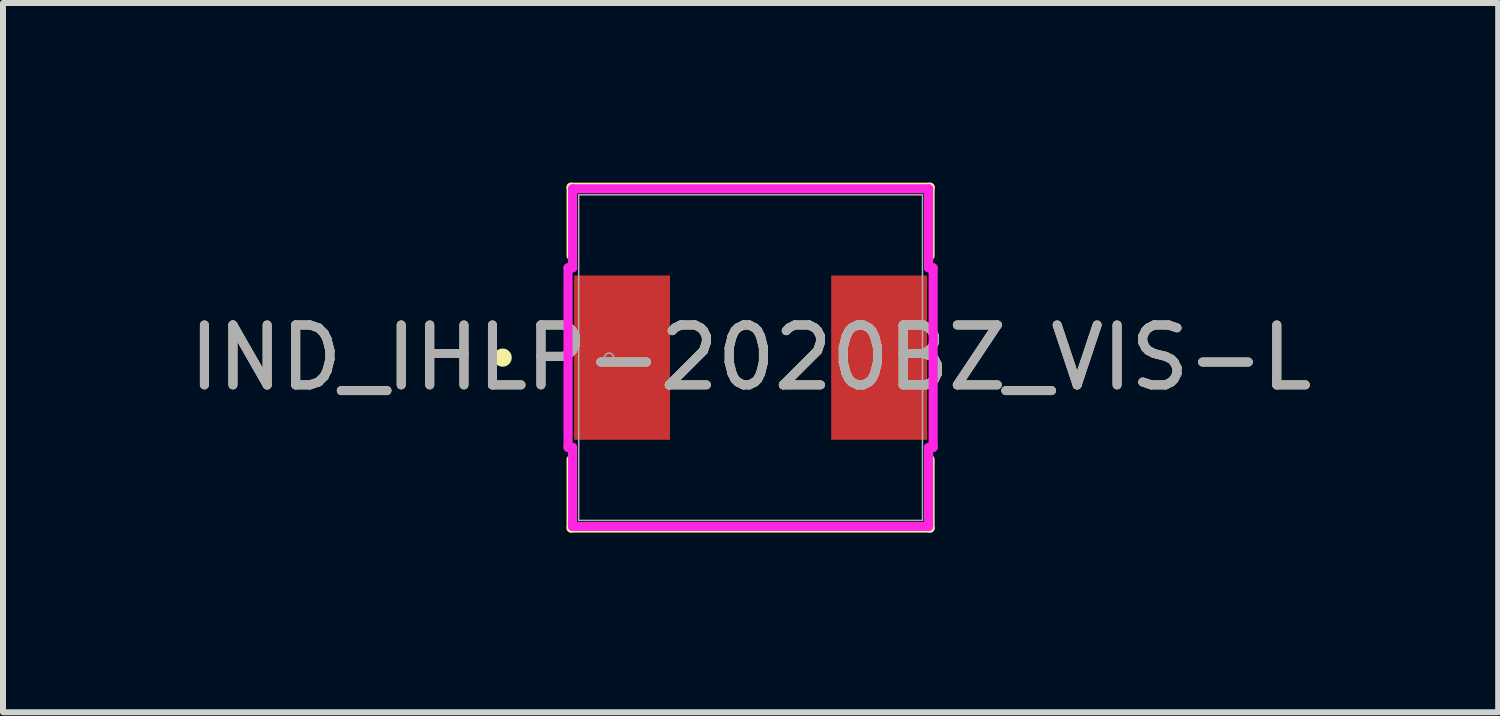
<source format=kicad_pcb>
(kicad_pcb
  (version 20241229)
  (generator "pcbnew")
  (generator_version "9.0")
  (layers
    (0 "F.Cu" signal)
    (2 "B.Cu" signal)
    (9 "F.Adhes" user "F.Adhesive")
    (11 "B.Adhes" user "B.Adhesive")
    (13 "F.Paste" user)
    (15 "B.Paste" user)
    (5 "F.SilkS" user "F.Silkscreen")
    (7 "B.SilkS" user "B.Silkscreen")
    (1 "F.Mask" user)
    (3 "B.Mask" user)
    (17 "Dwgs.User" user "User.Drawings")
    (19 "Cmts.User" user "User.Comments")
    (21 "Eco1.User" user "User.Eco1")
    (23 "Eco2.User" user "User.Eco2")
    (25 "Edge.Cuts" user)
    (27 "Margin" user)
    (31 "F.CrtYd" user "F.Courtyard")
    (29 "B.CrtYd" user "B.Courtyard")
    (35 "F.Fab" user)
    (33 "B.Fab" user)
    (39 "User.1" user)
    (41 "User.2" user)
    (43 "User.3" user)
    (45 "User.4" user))
  (footprint "IND_IHLP-2020BZ_VIS-L"
    (layer "F.Cu")
    (at 9.482 2.921)
    (property "Reference" "IND_IHLP-2020BZ_VIS-L" (at 0 0 0) (unlocked yes) (layer "F.SilkS") (effects (font (size 1 1) (thickness 0.15))))
    (attr smd)
    (fp_line (start -2.997 -2.845) (end -2.997 -1.7) (stroke (width 0.152) (type solid)) (layer "F.SilkS"))
    (fp_line (start -2.997 1.7) (end -2.997 2.845) (stroke (width 0.152) (type solid)) (layer "F.SilkS"))
    (fp_line (start -2.997 2.845) (end 2.997 2.845) (stroke (width 0.152) (type solid)) (layer "F.SilkS"))
    (fp_line (start 2.997 -2.845) (end -2.997 -2.845) (stroke (width 0.152) (type solid)) (layer "F.SilkS"))
    (fp_line (start 2.997 -1.7) (end 2.997 -2.845) (stroke (width 0.152) (type solid)) (layer "F.SilkS"))
    (fp_line (start 2.997 2.845) (end 2.997 1.7) (stroke (width 0.152) (type solid)) (layer "F.SilkS"))
    (fp_circle (center -4.14 0) (end -4.064 0) (stroke (width 0.152) (type solid)) (fill no) (layer "F.SilkS"))
    (fp_line (start -3.048 -1.499) (end -2.972 -1.499) (stroke (width 0.152) (type solid)) (layer "F.CrtYd"))
    (fp_line (start -3.048 1.499) (end -3.048 -1.499) (stroke (width 0.152) (type solid)) (layer "F.CrtYd"))
    (fp_line (start -2.972 -2.819) (end 2.972 -2.819) (stroke (width 0.152) (type solid)) (layer "F.CrtYd"))
    (fp_line (start -2.972 -1.499) (end -2.972 -2.819) (stroke (width 0.152) (type solid)) (layer "F.CrtYd"))
    (fp_line (start -2.972 1.499) (end -3.048 1.499) (stroke (width 0.152) (type solid)) (layer "F.CrtYd"))
    (fp_line (start -2.972 2.819) (end -2.972 1.499) (stroke (width 0.152) (type solid)) (layer "F.CrtYd"))
    (fp_line (start 2.972 -2.819) (end 2.972 -1.499) (stroke (width 0.152) (type solid)) (layer "F.CrtYd"))
    (fp_line (start 2.972 -1.499) (end 3.048 -1.499) (stroke (width 0.152) (type solid)) (layer "F.CrtYd"))
    (fp_line (start 2.972 1.499) (end 2.972 2.819) (stroke (width 0.152) (type solid)) (layer "F.CrtYd"))
    (fp_line (start 2.972 2.819) (end -2.972 2.819) (stroke (width 0.152) (type solid)) (layer "F.CrtYd"))
    (fp_line (start 3.048 -1.499) (end 3.048 1.499) (stroke (width 0.152) (type solid)) (layer "F.CrtYd"))
    (fp_line (start 3.048 1.499) (end 2.972 1.499) (stroke (width 0.152) (type solid)) (layer "F.CrtYd"))
    (fp_line (start -2.87 -2.718) (end -2.87 2.718) (stroke (width 0.025) (type solid)) (layer "F.Fab"))
    (fp_line (start -2.87 2.718) (end 2.87 2.718) (stroke (width 0.025) (type solid)) (layer "F.Fab"))
    (fp_line (start 2.87 -2.718) (end -2.87 -2.718) (stroke (width 0.025) (type solid)) (layer "F.Fab"))
    (fp_line (start 2.87 2.718) (end 2.87 -2.718) (stroke (width 0.025) (type solid)) (layer "F.Fab"))
    (fp_circle (center -2.362 0) (end -2.286 0) (stroke (width 0.025) (type solid)) (fill no) (layer "F.Fab"))
    (fp_text user "${REFERENCE}" (at 0 0 0) (unlocked yes) (layer "F.Fab") (effects (font (size 1 1) (thickness 0.15))))
    (pad "1" smd rect (at -2.146 0 90) (size 2.743 1.6) (layers "F.Cu" "F.Mask" "F.Paste"))
    (pad "2" smd rect (at 2.146 0 90) (size 2.743 1.6) (layers "F.Cu" "F.Mask" "F.Paste"))
    (zone (net_name "") (layer "F.Cu") (hatch full 0.508) (connect_pads) (min_thickness 0.254) (filled_areas_thickness no) (keepout (tracks not_allowed) (vias not_allowed) (pads allowed) (copperpour not_allowed) (footprints allowed)) (placement (enabled no)) (fill) (polygon (pts (xy 6.663 0.254) (xy 12.302 0.254) (xy 12.302 1.473) (xy 6.663 1.473))))
    (zone (net_name "") (layer "F.Cu") (hatch full 0.508) (connect_pads) (min_thickness 0.254) (filled_areas_thickness no) (keepout (tracks not_allowed) (vias not_allowed) (pads allowed) (copperpour not_allowed) (footprints allowed)) (placement (enabled no)) (fill) (polygon (pts (xy 6.663 4.369) (xy 12.302 4.369) (xy 12.302 5.588) (xy 6.663 5.588))))
    (zone (net_name "") (layer "F.Cu") (hatch full 0.508) (connect_pads) (min_thickness 0.254) (filled_areas_thickness no) (keepout (tracks not_allowed) (vias not_allowed) (pads allowed) (copperpour not_allowed) (footprints allowed)) (placement (enabled no)) (fill) (polygon (pts (xy 8.187 1.473) (xy 10.778 1.473) (xy 10.778 4.369) (xy 8.187 4.369)))))
  (gr_rect
    (start -3 -3)
    (end 21.964 8.842)
    (stroke (width 0.1) (type default))
    (fill no)
    (layer "Edge.Cuts")))
</source>
